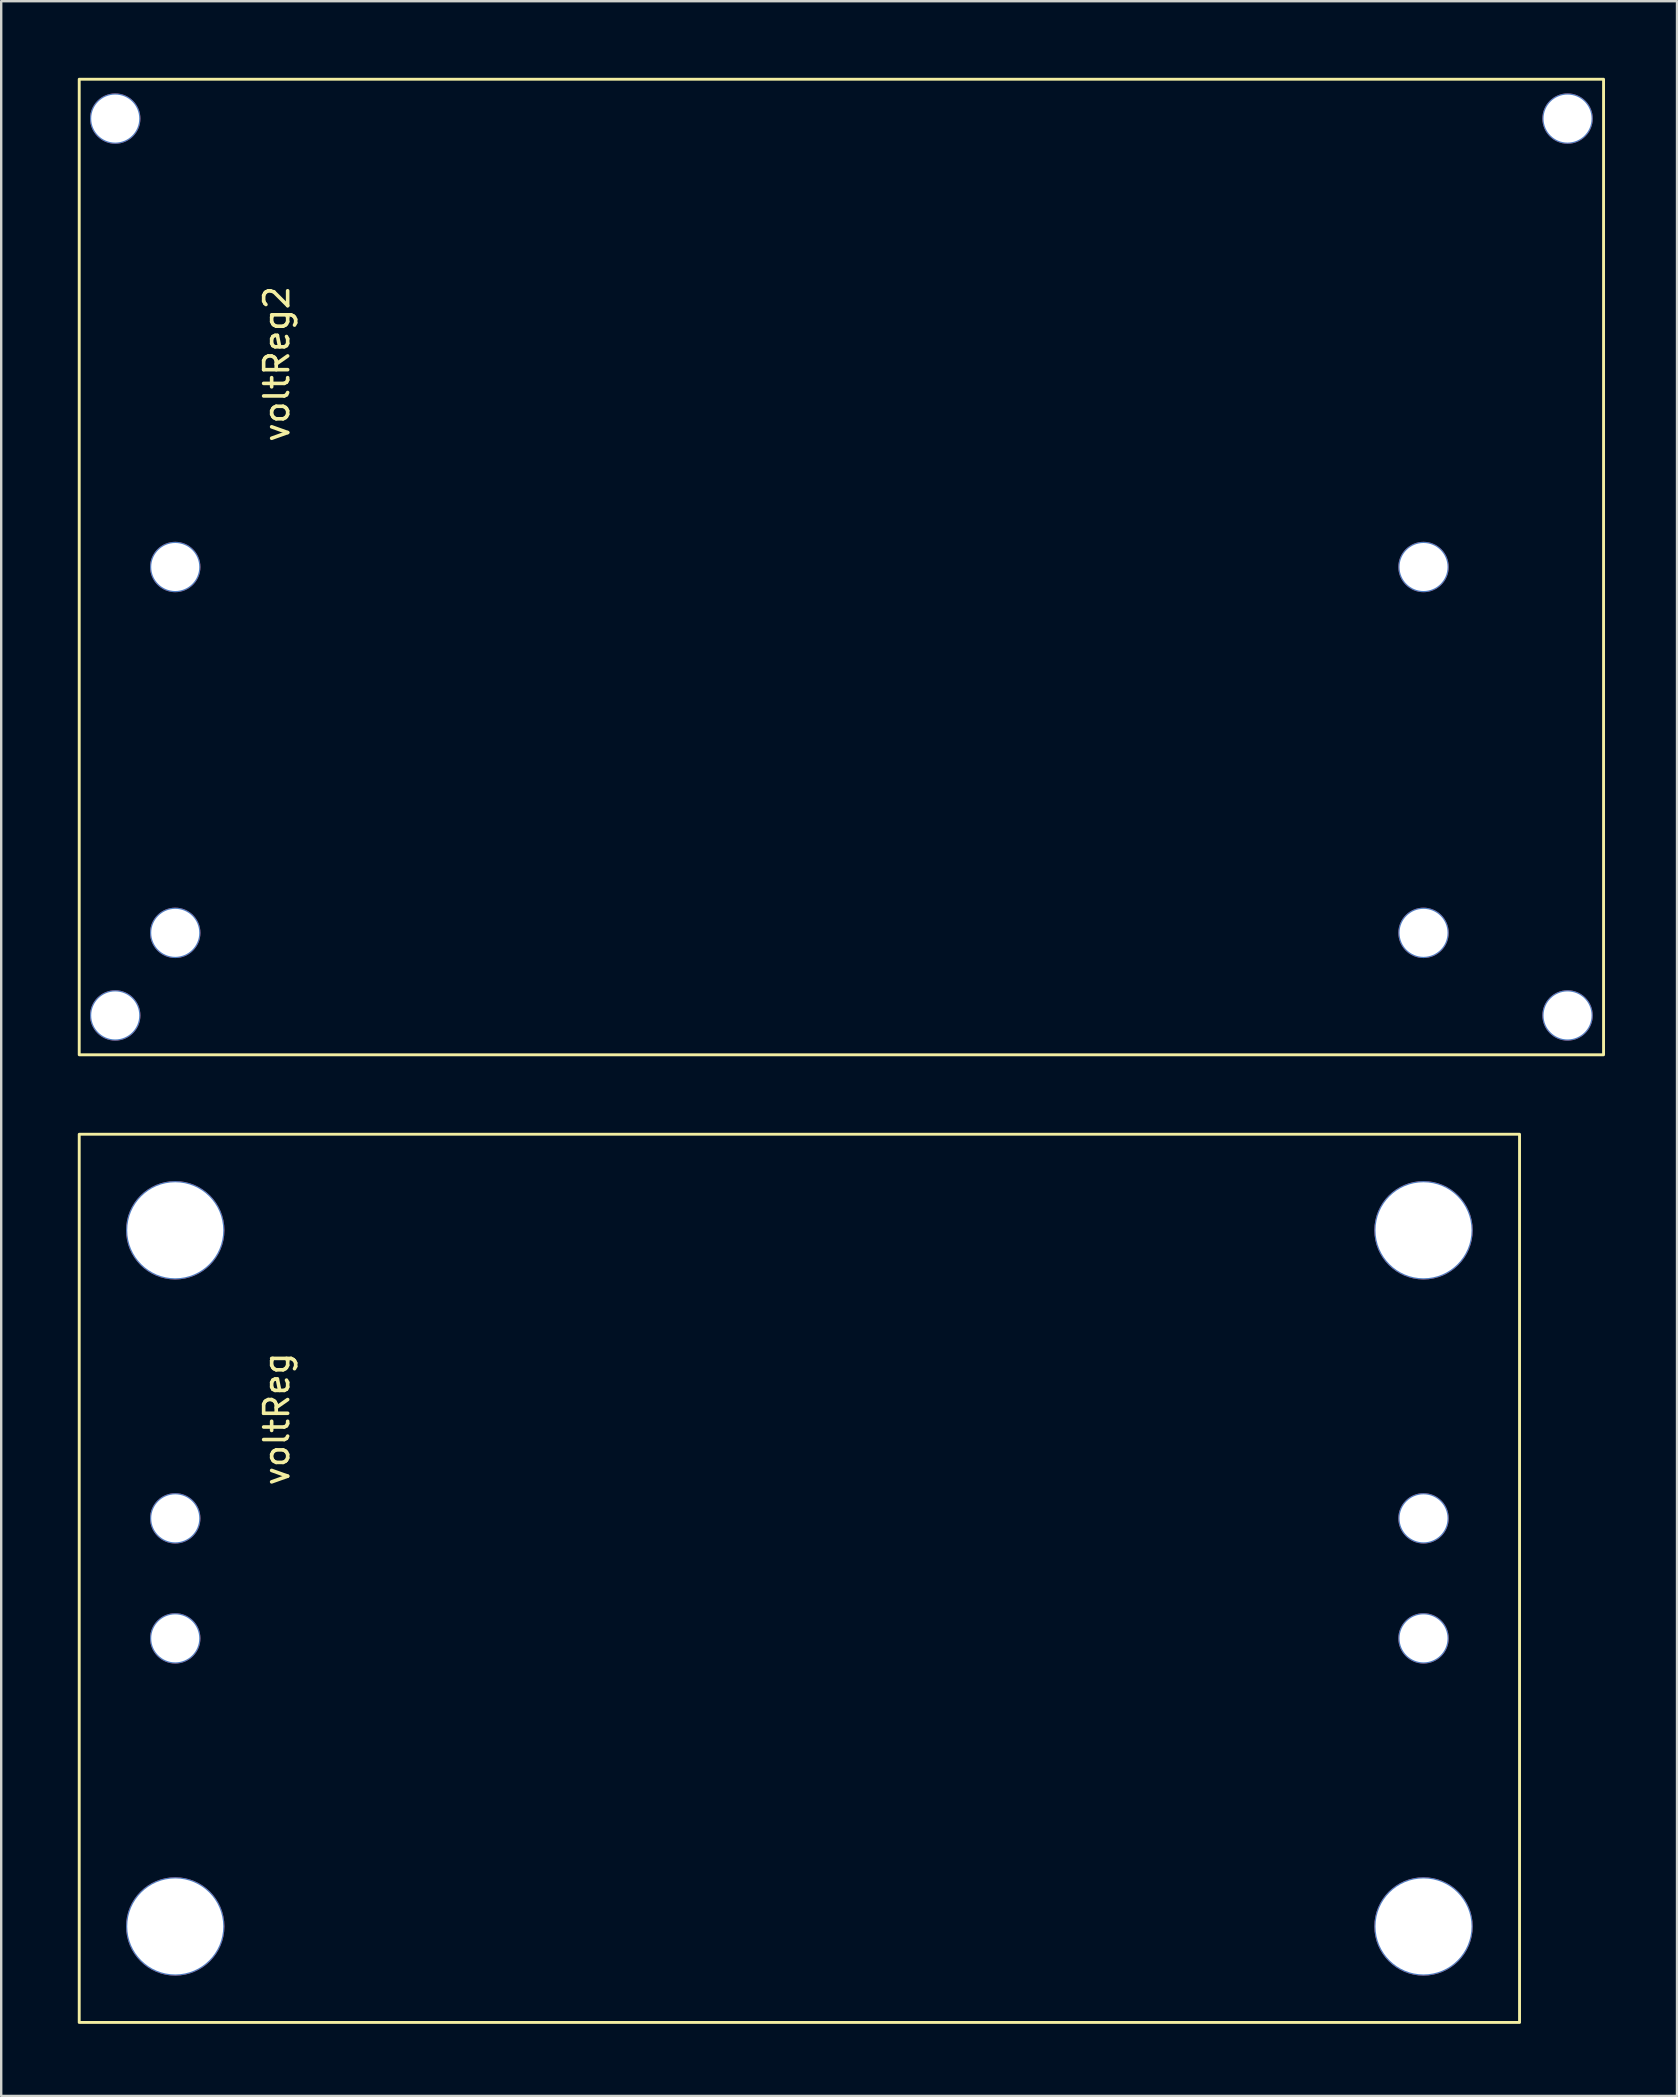
<source format=kicad_pcb>
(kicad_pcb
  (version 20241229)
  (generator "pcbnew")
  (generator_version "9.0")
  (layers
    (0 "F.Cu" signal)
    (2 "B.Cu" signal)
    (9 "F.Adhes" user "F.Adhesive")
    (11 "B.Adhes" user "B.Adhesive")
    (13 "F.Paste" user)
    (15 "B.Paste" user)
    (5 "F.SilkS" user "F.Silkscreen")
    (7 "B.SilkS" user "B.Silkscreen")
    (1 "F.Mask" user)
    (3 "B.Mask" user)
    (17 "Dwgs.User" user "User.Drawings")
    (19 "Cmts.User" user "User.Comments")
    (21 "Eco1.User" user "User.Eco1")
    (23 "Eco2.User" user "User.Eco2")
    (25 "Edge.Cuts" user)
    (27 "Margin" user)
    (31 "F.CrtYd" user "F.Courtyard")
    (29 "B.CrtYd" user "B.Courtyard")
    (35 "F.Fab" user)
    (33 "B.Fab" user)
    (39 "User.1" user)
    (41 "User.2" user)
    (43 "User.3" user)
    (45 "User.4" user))
  (footprint "voltReg2"
    (layer "F.Cu")
    (at 0.25 0.25)
    (property "Reference" "voltReg2" (at 8.228 11.861 90) (layer "F.SilkS") (effects (font (size 1 1) (thickness 0.15))))
    (attr through_hole)
    (fp_rect (start 0 0) (end 63.5 40.64) (stroke (width 0.12) (type solid)) (fill no) (layer "F.SilkS"))
    (pad "" thru_hole circle (at 1.5 1.64) (size 2.1 2.1) (drill 2) (layers "*.Cu" "*.Mask"))
    (pad "" thru_hole circle (at 1.5 39) (size 2.1 2.1) (drill 2) (layers "*.Cu" "*.Mask"))
    (pad "" thru_hole circle (at 62 1.64) (size 2.1 2.1) (drill 2) (layers "*.Cu" "*.Mask"))
    (pad "" thru_hole circle (at 62 39) (size 2.1 2.1) (drill 2) (layers "*.Cu" "*.Mask"))
    (pad "1" thru_hole circle (at 4 35.56) (size 2.1 2.1) (drill 2) (layers "*.Cu" "*.Mask"))
    (pad "2" thru_hole circle (at 4 20.32) (size 2.1 2.1) (drill 2) (layers "*.Cu" "*.Mask"))
    (pad "3" thru_hole circle (at 56 20.32) (size 2.1 2.1) (drill 2) (layers "*.Cu" "*.Mask"))
    (pad "4" thru_hole circle (at 56 35.56) (size 2.1 2.1) (drill 2) (layers "*.Cu" "*.Mask")))
  (footprint "voltReg"
    (layer "F.Cu")
    (at 0.25 44.2)
    (property "Reference" "voltReg" (at 8.228 11.861 90) (layer "F.SilkS") (effects (font (size 1 1) (thickness 0.15))))
    (attr through_hole)
    (fp_rect (start 0 0) (end 60 37) (stroke (width 0.12) (type solid)) (fill no) (layer "F.SilkS"))
    (pad "" thru_hole circle (at 4 4) (size 4.1 4.1) (drill 4) (layers "*.Cu" "*.Mask"))
    (pad "" thru_hole circle (at 4 33) (size 4.1 4.1) (drill 4) (layers "*.Cu" "*.Mask"))
    (pad "" thru_hole circle (at 56 4) (size 4.1 4.1) (drill 4) (layers "*.Cu" "*.Mask"))
    (pad "" thru_hole circle (at 56 33) (size 4.1 4.1) (drill 4) (layers "*.Cu" "*.Mask"))
    (pad "1" thru_hole circle (at 4 21) (size 2.1 2.1) (drill 2) (layers "*.Cu" "*.Mask"))
    (pad "2" thru_hole circle (at 4 16) (size 2.1 2.1) (drill 2) (layers "*.Cu" "*.Mask"))
    (pad "3" thru_hole circle (at 56 16) (size 2.1 2.1) (drill 2) (layers "*.Cu" "*.Mask"))
    (pad "4" thru_hole circle (at 56 21) (size 2.1 2.1) (drill 2) (layers "*.Cu" "*.Mask")))
  (gr_rect
    (start -3 -3)
    (end 66.81 84.26)
    (stroke (width 0.1) (type default))
    (fill no)
    (layer "Edge.Cuts")))
</source>
